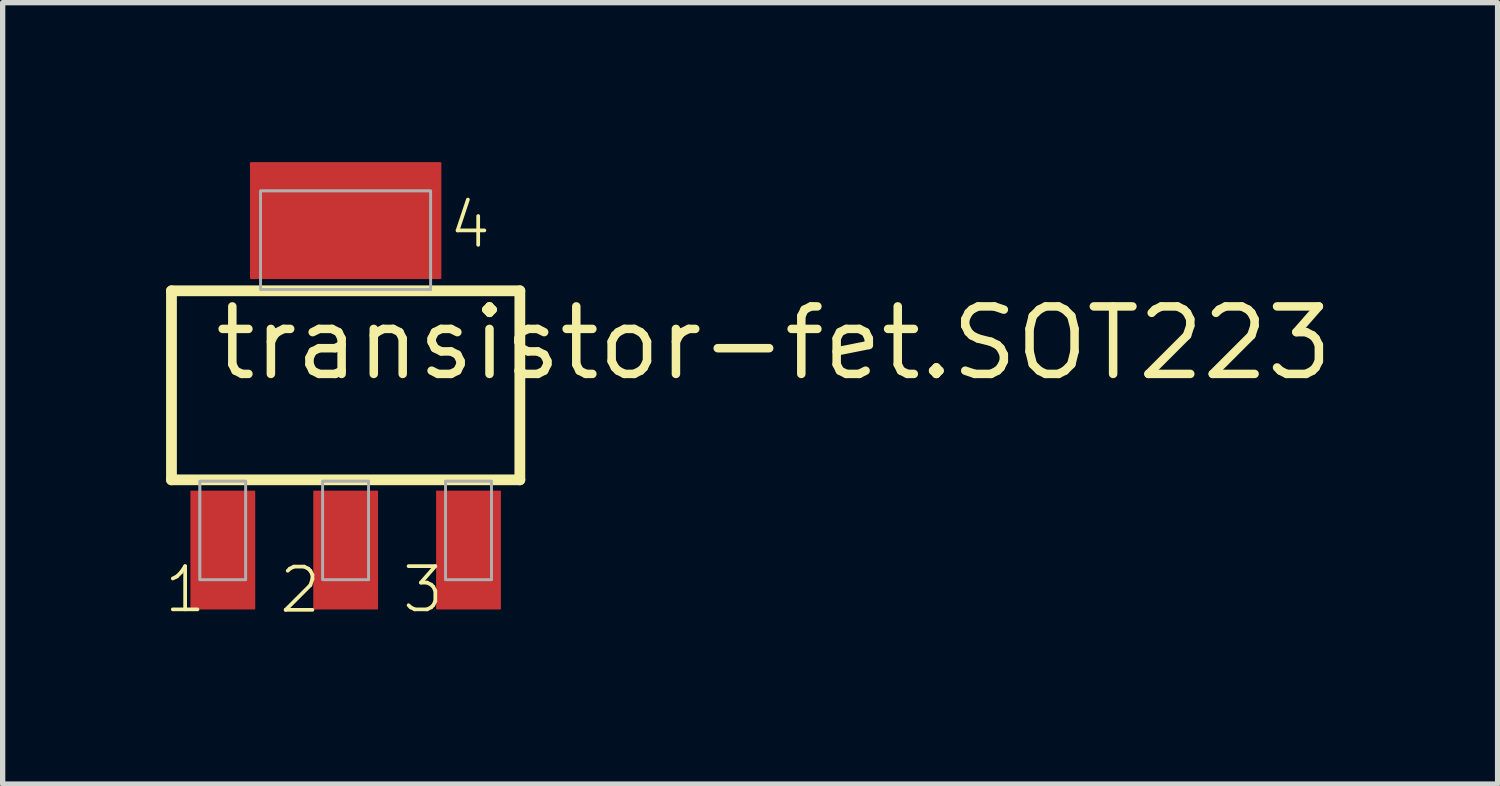
<source format=kicad_pcb>
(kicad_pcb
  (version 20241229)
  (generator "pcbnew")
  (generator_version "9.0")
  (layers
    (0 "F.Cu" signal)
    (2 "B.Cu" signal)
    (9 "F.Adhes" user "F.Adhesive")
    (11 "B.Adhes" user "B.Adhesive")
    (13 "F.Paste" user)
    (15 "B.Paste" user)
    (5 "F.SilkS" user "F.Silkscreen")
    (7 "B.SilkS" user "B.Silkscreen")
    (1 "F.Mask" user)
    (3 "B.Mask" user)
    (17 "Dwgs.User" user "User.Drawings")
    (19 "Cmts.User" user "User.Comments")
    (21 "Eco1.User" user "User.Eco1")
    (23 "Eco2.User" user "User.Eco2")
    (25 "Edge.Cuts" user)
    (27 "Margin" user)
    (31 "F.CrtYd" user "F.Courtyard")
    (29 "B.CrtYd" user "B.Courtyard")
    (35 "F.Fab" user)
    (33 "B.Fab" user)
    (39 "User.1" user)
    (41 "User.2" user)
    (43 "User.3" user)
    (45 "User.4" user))
  (footprint "transistor-fet.SOT223"
    (layer "F.Cu")
    (at 3.453 4.199)
    (property "Reference" "transistor-fet.SOT223" (at -2.54 -0.051 0) (layer "F.SilkS") (effects (font (size 1.27 1.27) (thickness 0.16)) (justify left bottom)))
    (attr smd)
    (fp_line (start -3.277 -1.778) (end 3.277 -1.778) (stroke (width 0.203) (type default)) (layer "F.SilkS"))
    (fp_line (start -3.277 1.778) (end -3.277 -1.778) (stroke (width 0.203) (type default)) (layer "F.SilkS"))
    (fp_line (start 3.277 -1.778) (end 3.277 1.778) (stroke (width 0.203) (type default)) (layer "F.SilkS"))
    (fp_line (start 3.277 1.778) (end -3.277 1.778) (stroke (width 0.203) (type default)) (layer "F.SilkS"))
    (fp_rect (start -2.743 3.658) (end -1.88 1.803) (stroke (width 0.05) (type default)) (fill no) (layer "F.Fab"))
    (fp_rect (start -2.743 3.658) (end -1.88 1.803) (stroke (width 0.05) (type default)) (fill no) (layer "F.Fab"))
    (fp_rect (start -1.6 -1.803) (end 1.6 -3.658) (stroke (width 0.05) (type default)) (fill no) (layer "F.Fab"))
    (fp_rect (start -1.6 -1.803) (end 1.6 -3.658) (stroke (width 0.05) (type default)) (fill no) (layer "F.Fab"))
    (fp_rect (start -0.432 3.658) (end 0.432 1.803) (stroke (width 0.05) (type default)) (fill no) (layer "F.Fab"))
    (fp_rect (start -0.432 3.658) (end 0.432 1.803) (stroke (width 0.05) (type default)) (fill no) (layer "F.Fab"))
    (fp_rect (start 1.88 3.658) (end 2.743 1.803) (stroke (width 0.05) (type default)) (fill no) (layer "F.Fab"))
    (fp_rect (start 1.88 3.658) (end 2.743 1.803) (stroke (width 0.05) (type default)) (fill no) (layer "F.Fab"))
    (fp_text user "1" (at -3.453 4.318 0) (layer "F.SilkS") (effects (font (size 0.813 0.813) (thickness 0.07)) (justify left bottom)))
    (fp_text user "4" (at 1.905 -2.54 0) (layer "F.SilkS") (effects (font (size 0.813 0.813) (thickness 0.07)) (justify left bottom)))
    (fp_text user "2" (at -1.291 4.327 0) (layer "F.SilkS") (effects (font (size 0.813 0.813) (thickness 0.07)) (justify left bottom)))
    (fp_text user "3" (at 1.021 4.318 0) (layer "F.SilkS") (effects (font (size 0.813 0.813) (thickness 0.07)) (justify left bottom)))
    (pad "1" smd roundrect (at -2.311 3.099) (size 1.219 2.235) (layers "F.Cu" "F.Mask" "F.Paste") (roundrect_rratio 0.01))
    (pad "2" smd roundrect (at 0 3.099) (size 1.219 2.235) (layers "F.Cu" "F.Mask" "F.Paste") (roundrect_rratio 0.01))
    (pad "3" smd roundrect (at 2.311 3.099) (size 1.219 2.235) (layers "F.Cu" "F.Mask" "F.Paste") (roundrect_rratio 0.01))
    (pad "4" smd roundrect (at 0 -3.099) (size 3.6 2.2) (layers "F.Cu" "F.Mask" "F.Paste") (roundrect_rratio 0.01)))
  (gr_rect
    (start -3 -3)
    (end 25.124 11.7)
    (stroke (width 0.1) (type default))
    (fill no)
    (layer "Edge.Cuts")))
</source>
